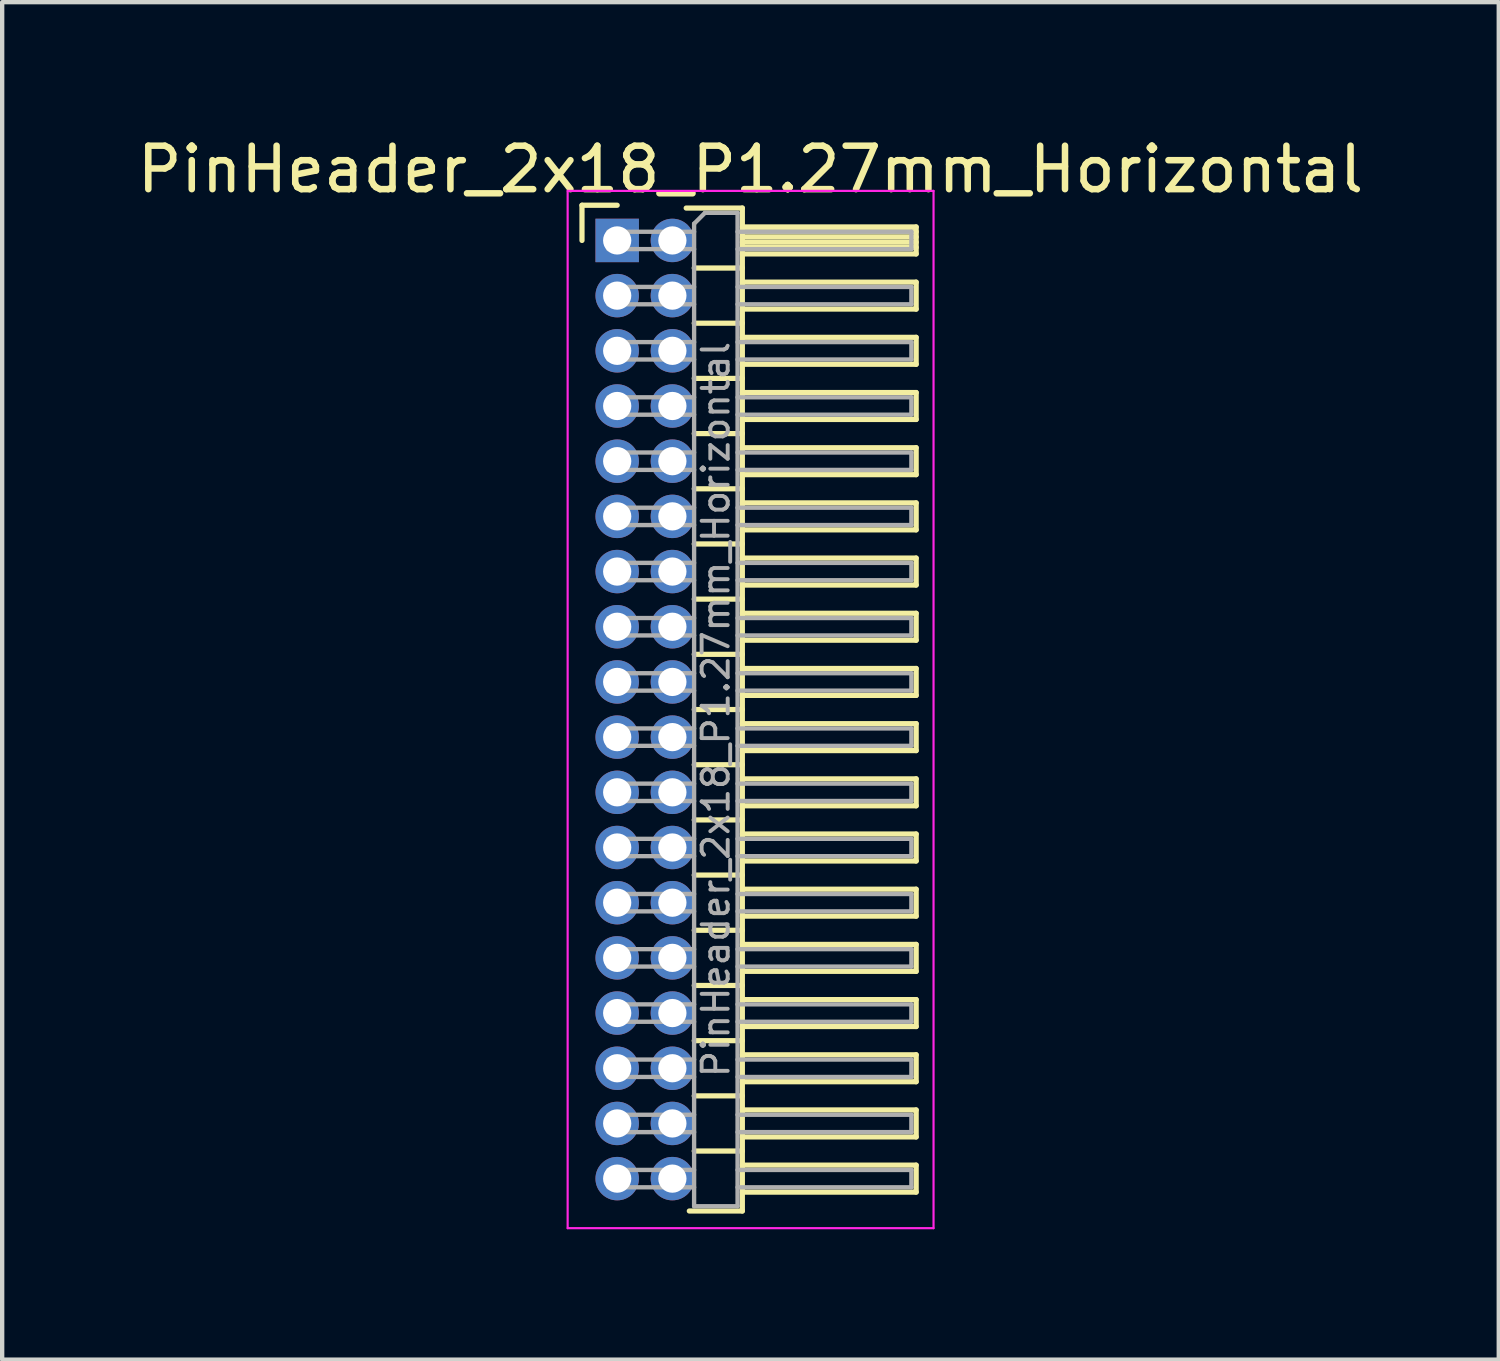
<source format=kicad_pcb>
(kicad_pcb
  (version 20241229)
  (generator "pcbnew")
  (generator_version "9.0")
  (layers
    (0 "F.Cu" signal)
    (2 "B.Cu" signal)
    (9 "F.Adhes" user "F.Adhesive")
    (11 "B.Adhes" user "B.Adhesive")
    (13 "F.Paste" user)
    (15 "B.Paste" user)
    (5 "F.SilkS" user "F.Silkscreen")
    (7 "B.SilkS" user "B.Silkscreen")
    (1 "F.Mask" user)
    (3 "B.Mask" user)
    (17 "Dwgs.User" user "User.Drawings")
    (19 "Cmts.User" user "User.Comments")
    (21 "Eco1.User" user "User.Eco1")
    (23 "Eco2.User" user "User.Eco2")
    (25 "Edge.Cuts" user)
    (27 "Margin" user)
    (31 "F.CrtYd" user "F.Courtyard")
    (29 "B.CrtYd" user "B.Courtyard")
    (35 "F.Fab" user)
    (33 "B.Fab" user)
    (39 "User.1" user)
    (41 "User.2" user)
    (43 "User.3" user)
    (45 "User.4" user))
  (footprint "PinHeader_2x18_P1.27mm_Horizontal"
    (layer "F.Cu")
    (at 11.153 2.483)
    (property "Reference" "PinHeader_2x18_P1.27mm_Horizontal" (at 3.067 -1.635 0) (layer "F.SilkS") (effects (font (size 1 1) (thickness 0.15))))
    (attr through_hole)
    (fp_line (start -0.81 -0.81) (end 0 -0.81) (stroke (width 0.12) (type solid)) (layer "F.SilkS"))
    (fp_line (start -0.81 0) (end -0.81 -0.81) (stroke (width 0.12) (type solid)) (layer "F.SilkS"))
    (fp_line (start 1.588 -0.745) (end 2.88 -0.745) (stroke (width 0.12) (type solid)) (layer "F.SilkS"))
    (fp_line (start 1.773 0.635) (end 2.88 0.635) (stroke (width 0.12) (type solid)) (layer "F.SilkS"))
    (fp_line (start 1.773 1.905) (end 2.88 1.905) (stroke (width 0.12) (type solid)) (layer "F.SilkS"))
    (fp_line (start 1.773 3.175) (end 2.88 3.175) (stroke (width 0.12) (type solid)) (layer "F.SilkS"))
    (fp_line (start 1.773 4.445) (end 2.88 4.445) (stroke (width 0.12) (type solid)) (layer "F.SilkS"))
    (fp_line (start 1.773 5.715) (end 2.88 5.715) (stroke (width 0.12) (type solid)) (layer "F.SilkS"))
    (fp_line (start 1.773 6.985) (end 2.88 6.985) (stroke (width 0.12) (type solid)) (layer "F.SilkS"))
    (fp_line (start 1.773 8.255) (end 2.88 8.255) (stroke (width 0.12) (type solid)) (layer "F.SilkS"))
    (fp_line (start 1.773 9.525) (end 2.88 9.525) (stroke (width 0.12) (type solid)) (layer "F.SilkS"))
    (fp_line (start 1.773 10.795) (end 2.88 10.795) (stroke (width 0.12) (type solid)) (layer "F.SilkS"))
    (fp_line (start 1.773 12.065) (end 2.88 12.065) (stroke (width 0.12) (type solid)) (layer "F.SilkS"))
    (fp_line (start 1.773 13.335) (end 2.88 13.335) (stroke (width 0.12) (type solid)) (layer "F.SilkS"))
    (fp_line (start 1.773 14.605) (end 2.88 14.605) (stroke (width 0.12) (type solid)) (layer "F.SilkS"))
    (fp_line (start 1.773 15.875) (end 2.88 15.875) (stroke (width 0.12) (type solid)) (layer "F.SilkS"))
    (fp_line (start 1.773 17.145) (end 2.88 17.145) (stroke (width 0.12) (type solid)) (layer "F.SilkS"))
    (fp_line (start 1.773 18.415) (end 2.88 18.415) (stroke (width 0.12) (type solid)) (layer "F.SilkS"))
    (fp_line (start 1.773 19.685) (end 2.88 19.685) (stroke (width 0.12) (type solid)) (layer "F.SilkS"))
    (fp_line (start 1.773 20.955) (end 2.88 20.955) (stroke (width 0.12) (type solid)) (layer "F.SilkS"))
    (fp_line (start 2.88 -0.745) (end 2.88 22.335) (stroke (width 0.12) (type solid)) (layer "F.SilkS"))
    (fp_line (start 2.88 -0.31) (end 6.88 -0.31) (stroke (width 0.12) (type solid)) (layer "F.SilkS"))
    (fp_line (start 2.88 -0.2) (end 6.88 -0.2) (stroke (width 0.12) (type solid)) (layer "F.SilkS"))
    (fp_line (start 2.88 -0.08) (end 6.88 -0.08) (stroke (width 0.12) (type solid)) (layer "F.SilkS"))
    (fp_line (start 2.88 0.04) (end 6.88 0.04) (stroke (width 0.12) (type solid)) (layer "F.SilkS"))
    (fp_line (start 2.88 0.16) (end 6.88 0.16) (stroke (width 0.12) (type solid)) (layer "F.SilkS"))
    (fp_line (start 2.88 0.96) (end 6.88 0.96) (stroke (width 0.12) (type solid)) (layer "F.SilkS"))
    (fp_line (start 2.88 2.23) (end 6.88 2.23) (stroke (width 0.12) (type solid)) (layer "F.SilkS"))
    (fp_line (start 2.88 3.5) (end 6.88 3.5) (stroke (width 0.12) (type solid)) (layer "F.SilkS"))
    (fp_line (start 2.88 4.77) (end 6.88 4.77) (stroke (width 0.12) (type solid)) (layer "F.SilkS"))
    (fp_line (start 2.88 6.04) (end 6.88 6.04) (stroke (width 0.12) (type solid)) (layer "F.SilkS"))
    (fp_line (start 2.88 7.31) (end 6.88 7.31) (stroke (width 0.12) (type solid)) (layer "F.SilkS"))
    (fp_line (start 2.88 8.58) (end 6.88 8.58) (stroke (width 0.12) (type solid)) (layer "F.SilkS"))
    (fp_line (start 2.88 9.85) (end 6.88 9.85) (stroke (width 0.12) (type solid)) (layer "F.SilkS"))
    (fp_line (start 2.88 11.12) (end 6.88 11.12) (stroke (width 0.12) (type solid)) (layer "F.SilkS"))
    (fp_line (start 2.88 12.39) (end 6.88 12.39) (stroke (width 0.12) (type solid)) (layer "F.SilkS"))
    (fp_line (start 2.88 13.66) (end 6.88 13.66) (stroke (width 0.12) (type solid)) (layer "F.SilkS"))
    (fp_line (start 2.88 14.93) (end 6.88 14.93) (stroke (width 0.12) (type solid)) (layer "F.SilkS"))
    (fp_line (start 2.88 16.2) (end 6.88 16.2) (stroke (width 0.12) (type solid)) (layer "F.SilkS"))
    (fp_line (start 2.88 17.47) (end 6.88 17.47) (stroke (width 0.12) (type solid)) (layer "F.SilkS"))
    (fp_line (start 2.88 18.74) (end 6.88 18.74) (stroke (width 0.12) (type solid)) (layer "F.SilkS"))
    (fp_line (start 2.88 20.01) (end 6.88 20.01) (stroke (width 0.12) (type solid)) (layer "F.SilkS"))
    (fp_line (start 2.88 21.28) (end 6.88 21.28) (stroke (width 0.12) (type solid)) (layer "F.SilkS"))
    (fp_line (start 2.88 22.335) (end 1.66 22.335) (stroke (width 0.12) (type solid)) (layer "F.SilkS"))
    (fp_line (start 6.88 -0.31) (end 6.88 0.31) (stroke (width 0.12) (type solid)) (layer "F.SilkS"))
    (fp_line (start 6.88 0.31) (end 2.88 0.31) (stroke (width 0.12) (type solid)) (layer "F.SilkS"))
    (fp_line (start 6.88 0.96) (end 6.88 1.58) (stroke (width 0.12) (type solid)) (layer "F.SilkS"))
    (fp_line (start 6.88 1.58) (end 2.88 1.58) (stroke (width 0.12) (type solid)) (layer "F.SilkS"))
    (fp_line (start 6.88 2.23) (end 6.88 2.85) (stroke (width 0.12) (type solid)) (layer "F.SilkS"))
    (fp_line (start 6.88 2.85) (end 2.88 2.85) (stroke (width 0.12) (type solid)) (layer "F.SilkS"))
    (fp_line (start 6.88 3.5) (end 6.88 4.12) (stroke (width 0.12) (type solid)) (layer "F.SilkS"))
    (fp_line (start 6.88 4.12) (end 2.88 4.12) (stroke (width 0.12) (type solid)) (layer "F.SilkS"))
    (fp_line (start 6.88 4.77) (end 6.88 5.39) (stroke (width 0.12) (type solid)) (layer "F.SilkS"))
    (fp_line (start 6.88 5.39) (end 2.88 5.39) (stroke (width 0.12) (type solid)) (layer "F.SilkS"))
    (fp_line (start 6.88 6.04) (end 6.88 6.66) (stroke (width 0.12) (type solid)) (layer "F.SilkS"))
    (fp_line (start 6.88 6.66) (end 2.88 6.66) (stroke (width 0.12) (type solid)) (layer "F.SilkS"))
    (fp_line (start 6.88 7.31) (end 6.88 7.93) (stroke (width 0.12) (type solid)) (layer "F.SilkS"))
    (fp_line (start 6.88 7.93) (end 2.88 7.93) (stroke (width 0.12) (type solid)) (layer "F.SilkS"))
    (fp_line (start 6.88 8.58) (end 6.88 9.2) (stroke (width 0.12) (type solid)) (layer "F.SilkS"))
    (fp_line (start 6.88 9.2) (end 2.88 9.2) (stroke (width 0.12) (type solid)) (layer "F.SilkS"))
    (fp_line (start 6.88 9.85) (end 6.88 10.47) (stroke (width 0.12) (type solid)) (layer "F.SilkS"))
    (fp_line (start 6.88 10.47) (end 2.88 10.47) (stroke (width 0.12) (type solid)) (layer "F.SilkS"))
    (fp_line (start 6.88 11.12) (end 6.88 11.74) (stroke (width 0.12) (type solid)) (layer "F.SilkS"))
    (fp_line (start 6.88 11.74) (end 2.88 11.74) (stroke (width 0.12) (type solid)) (layer "F.SilkS"))
    (fp_line (start 6.88 12.39) (end 6.88 13.01) (stroke (width 0.12) (type solid)) (layer "F.SilkS"))
    (fp_line (start 6.88 13.01) (end 2.88 13.01) (stroke (width 0.12) (type solid)) (layer "F.SilkS"))
    (fp_line (start 6.88 13.66) (end 6.88 14.28) (stroke (width 0.12) (type solid)) (layer "F.SilkS"))
    (fp_line (start 6.88 14.28) (end 2.88 14.28) (stroke (width 0.12) (type solid)) (layer "F.SilkS"))
    (fp_line (start 6.88 14.93) (end 6.88 15.55) (stroke (width 0.12) (type solid)) (layer "F.SilkS"))
    (fp_line (start 6.88 15.55) (end 2.88 15.55) (stroke (width 0.12) (type solid)) (layer "F.SilkS"))
    (fp_line (start 6.88 16.2) (end 6.88 16.82) (stroke (width 0.12) (type solid)) (layer "F.SilkS"))
    (fp_line (start 6.88 16.82) (end 2.88 16.82) (stroke (width 0.12) (type solid)) (layer "F.SilkS"))
    (fp_line (start 6.88 17.47) (end 6.88 18.09) (stroke (width 0.12) (type solid)) (layer "F.SilkS"))
    (fp_line (start 6.88 18.09) (end 2.88 18.09) (stroke (width 0.12) (type solid)) (layer "F.SilkS"))
    (fp_line (start 6.88 18.74) (end 6.88 19.36) (stroke (width 0.12) (type solid)) (layer "F.SilkS"))
    (fp_line (start 6.88 19.36) (end 2.88 19.36) (stroke (width 0.12) (type solid)) (layer "F.SilkS"))
    (fp_line (start 6.88 20.01) (end 6.88 20.63) (stroke (width 0.12) (type solid)) (layer "F.SilkS"))
    (fp_line (start 6.88 20.63) (end 2.88 20.63) (stroke (width 0.12) (type solid)) (layer "F.SilkS"))
    (fp_line (start 6.88 21.28) (end 6.88 21.9) (stroke (width 0.12) (type solid)) (layer "F.SilkS"))
    (fp_line (start 6.88 21.9) (end 2.88 21.9) (stroke (width 0.12) (type solid)) (layer "F.SilkS"))
    (fp_line (start -1.14 -1.14) (end -1.14 22.73) (stroke (width 0.05) (type solid)) (layer "F.CrtYd"))
    (fp_line (start -1.14 22.73) (end 7.28 22.73) (stroke (width 0.05) (type solid)) (layer "F.CrtYd"))
    (fp_line (start 7.28 -1.14) (end -1.14 -1.14) (stroke (width 0.05) (type solid)) (layer "F.CrtYd"))
    (fp_line (start 7.28 22.73) (end 7.28 -1.14) (stroke (width 0.05) (type solid)) (layer "F.CrtYd"))
    (fp_line (start -0.2 -0.2) (end -0.2 0.2) (stroke (width 0.1) (type solid)) (layer "F.Fab"))
    (fp_line (start -0.2 -0.2) (end 1.77 -0.2) (stroke (width 0.1) (type solid)) (layer "F.Fab"))
    (fp_line (start -0.2 0.2) (end 1.77 0.2) (stroke (width 0.1) (type solid)) (layer "F.Fab"))
    (fp_line (start -0.2 1.07) (end -0.2 1.47) (stroke (width 0.1) (type solid)) (layer "F.Fab"))
    (fp_line (start -0.2 1.07) (end 1.77 1.07) (stroke (width 0.1) (type solid)) (layer "F.Fab"))
    (fp_line (start -0.2 1.47) (end 1.77 1.47) (stroke (width 0.1) (type solid)) (layer "F.Fab"))
    (fp_line (start -0.2 2.34) (end -0.2 2.74) (stroke (width 0.1) (type solid)) (layer "F.Fab"))
    (fp_line (start -0.2 2.34) (end 1.77 2.34) (stroke (width 0.1) (type solid)) (layer "F.Fab"))
    (fp_line (start -0.2 2.74) (end 1.77 2.74) (stroke (width 0.1) (type solid)) (layer "F.Fab"))
    (fp_line (start -0.2 3.61) (end -0.2 4.01) (stroke (width 0.1) (type solid)) (layer "F.Fab"))
    (fp_line (start -0.2 3.61) (end 1.77 3.61) (stroke (width 0.1) (type solid)) (layer "F.Fab"))
    (fp_line (start -0.2 4.01) (end 1.77 4.01) (stroke (width 0.1) (type solid)) (layer "F.Fab"))
    (fp_line (start -0.2 4.88) (end -0.2 5.28) (stroke (width 0.1) (type solid)) (layer "F.Fab"))
    (fp_line (start -0.2 4.88) (end 1.77 4.88) (stroke (width 0.1) (type solid)) (layer "F.Fab"))
    (fp_line (start -0.2 5.28) (end 1.77 5.28) (stroke (width 0.1) (type solid)) (layer "F.Fab"))
    (fp_line (start -0.2 6.15) (end -0.2 6.55) (stroke (width 0.1) (type solid)) (layer "F.Fab"))
    (fp_line (start -0.2 6.15) (end 1.77 6.15) (stroke (width 0.1) (type solid)) (layer "F.Fab"))
    (fp_line (start -0.2 6.55) (end 1.77 6.55) (stroke (width 0.1) (type solid)) (layer "F.Fab"))
    (fp_line (start -0.2 7.42) (end -0.2 7.82) (stroke (width 0.1) (type solid)) (layer "F.Fab"))
    (fp_line (start -0.2 7.42) (end 1.77 7.42) (stroke (width 0.1) (type solid)) (layer "F.Fab"))
    (fp_line (start -0.2 7.82) (end 1.77 7.82) (stroke (width 0.1) (type solid)) (layer "F.Fab"))
    (fp_line (start -0.2 8.69) (end -0.2 9.09) (stroke (width 0.1) (type solid)) (layer "F.Fab"))
    (fp_line (start -0.2 8.69) (end 1.77 8.69) (stroke (width 0.1) (type solid)) (layer "F.Fab"))
    (fp_line (start -0.2 9.09) (end 1.77 9.09) (stroke (width 0.1) (type solid)) (layer "F.Fab"))
    (fp_line (start -0.2 9.96) (end -0.2 10.36) (stroke (width 0.1) (type solid)) (layer "F.Fab"))
    (fp_line (start -0.2 9.96) (end 1.77 9.96) (stroke (width 0.1) (type solid)) (layer "F.Fab"))
    (fp_line (start -0.2 10.36) (end 1.77 10.36) (stroke (width 0.1) (type solid)) (layer "F.Fab"))
    (fp_line (start -0.2 11.23) (end -0.2 11.63) (stroke (width 0.1) (type solid)) (layer "F.Fab"))
    (fp_line (start -0.2 11.23) (end 1.77 11.23) (stroke (width 0.1) (type solid)) (layer "F.Fab"))
    (fp_line (start -0.2 11.63) (end 1.77 11.63) (stroke (width 0.1) (type solid)) (layer "F.Fab"))
    (fp_line (start -0.2 12.5) (end -0.2 12.9) (stroke (width 0.1) (type solid)) (layer "F.Fab"))
    (fp_line (start -0.2 12.5) (end 1.77 12.5) (stroke (width 0.1) (type solid)) (layer "F.Fab"))
    (fp_line (start -0.2 12.9) (end 1.77 12.9) (stroke (width 0.1) (type solid)) (layer "F.Fab"))
    (fp_line (start -0.2 13.77) (end -0.2 14.17) (stroke (width 0.1) (type solid)) (layer "F.Fab"))
    (fp_line (start -0.2 13.77) (end 1.77 13.77) (stroke (width 0.1) (type solid)) (layer "F.Fab"))
    (fp_line (start -0.2 14.17) (end 1.77 14.17) (stroke (width 0.1) (type solid)) (layer "F.Fab"))
    (fp_line (start -0.2 15.04) (end -0.2 15.44) (stroke (width 0.1) (type solid)) (layer "F.Fab"))
    (fp_line (start -0.2 15.04) (end 1.77 15.04) (stroke (width 0.1) (type solid)) (layer "F.Fab"))
    (fp_line (start -0.2 15.44) (end 1.77 15.44) (stroke (width 0.1) (type solid)) (layer "F.Fab"))
    (fp_line (start -0.2 16.31) (end -0.2 16.71) (stroke (width 0.1) (type solid)) (layer "F.Fab"))
    (fp_line (start -0.2 16.31) (end 1.77 16.31) (stroke (width 0.1) (type solid)) (layer "F.Fab"))
    (fp_line (start -0.2 16.71) (end 1.77 16.71) (stroke (width 0.1) (type solid)) (layer "F.Fab"))
    (fp_line (start -0.2 17.58) (end -0.2 17.98) (stroke (width 0.1) (type solid)) (layer "F.Fab"))
    (fp_line (start -0.2 17.58) (end 1.77 17.58) (stroke (width 0.1) (type solid)) (layer "F.Fab"))
    (fp_line (start -0.2 17.98) (end 1.77 17.98) (stroke (width 0.1) (type solid)) (layer "F.Fab"))
    (fp_line (start -0.2 18.85) (end -0.2 19.25) (stroke (width 0.1) (type solid)) (layer "F.Fab"))
    (fp_line (start -0.2 18.85) (end 1.77 18.85) (stroke (width 0.1) (type solid)) (layer "F.Fab"))
    (fp_line (start -0.2 19.25) (end 1.77 19.25) (stroke (width 0.1) (type solid)) (layer "F.Fab"))
    (fp_line (start -0.2 20.12) (end -0.2 20.52) (stroke (width 0.1) (type solid)) (layer "F.Fab"))
    (fp_line (start -0.2 20.12) (end 1.77 20.12) (stroke (width 0.1) (type solid)) (layer "F.Fab"))
    (fp_line (start -0.2 20.52) (end 1.77 20.52) (stroke (width 0.1) (type solid)) (layer "F.Fab"))
    (fp_line (start -0.2 21.39) (end -0.2 21.79) (stroke (width 0.1) (type solid)) (layer "F.Fab"))
    (fp_line (start -0.2 21.39) (end 1.77 21.39) (stroke (width 0.1) (type solid)) (layer "F.Fab"))
    (fp_line (start -0.2 21.79) (end 1.77 21.79) (stroke (width 0.1) (type solid)) (layer "F.Fab"))
    (fp_line (start 1.77 -0.385) (end 2.02 -0.635) (stroke (width 0.1) (type solid)) (layer "F.Fab"))
    (fp_line (start 1.77 22.225) (end 1.77 -0.385) (stroke (width 0.1) (type solid)) (layer "F.Fab"))
    (fp_line (start 2.02 -0.635) (end 2.77 -0.635) (stroke (width 0.1) (type solid)) (layer "F.Fab"))
    (fp_line (start 2.77 -0.635) (end 2.77 22.225) (stroke (width 0.1) (type solid)) (layer "F.Fab"))
    (fp_line (start 2.77 -0.2) (end 6.77 -0.2) (stroke (width 0.1) (type solid)) (layer "F.Fab"))
    (fp_line (start 2.77 0.2) (end 6.77 0.2) (stroke (width 0.1) (type solid)) (layer "F.Fab"))
    (fp_line (start 2.77 1.07) (end 6.77 1.07) (stroke (width 0.1) (type solid)) (layer "F.Fab"))
    (fp_line (start 2.77 1.47) (end 6.77 1.47) (stroke (width 0.1) (type solid)) (layer "F.Fab"))
    (fp_line (start 2.77 2.34) (end 6.77 2.34) (stroke (width 0.1) (type solid)) (layer "F.Fab"))
    (fp_line (start 2.77 2.74) (end 6.77 2.74) (stroke (width 0.1) (type solid)) (layer "F.Fab"))
    (fp_line (start 2.77 3.61) (end 6.77 3.61) (stroke (width 0.1) (type solid)) (layer "F.Fab"))
    (fp_line (start 2.77 4.01) (end 6.77 4.01) (stroke (width 0.1) (type solid)) (layer "F.Fab"))
    (fp_line (start 2.77 4.88) (end 6.77 4.88) (stroke (width 0.1) (type solid)) (layer "F.Fab"))
    (fp_line (start 2.77 5.28) (end 6.77 5.28) (stroke (width 0.1) (type solid)) (layer "F.Fab"))
    (fp_line (start 2.77 6.15) (end 6.77 6.15) (stroke (width 0.1) (type solid)) (layer "F.Fab"))
    (fp_line (start 2.77 6.55) (end 6.77 6.55) (stroke (width 0.1) (type solid)) (layer "F.Fab"))
    (fp_line (start 2.77 7.42) (end 6.77 7.42) (stroke (width 0.1) (type solid)) (layer "F.Fab"))
    (fp_line (start 2.77 7.82) (end 6.77 7.82) (stroke (width 0.1) (type solid)) (layer "F.Fab"))
    (fp_line (start 2.77 8.69) (end 6.77 8.69) (stroke (width 0.1) (type solid)) (layer "F.Fab"))
    (fp_line (start 2.77 9.09) (end 6.77 9.09) (stroke (width 0.1) (type solid)) (layer "F.Fab"))
    (fp_line (start 2.77 9.96) (end 6.77 9.96) (stroke (width 0.1) (type solid)) (layer "F.Fab"))
    (fp_line (start 2.77 10.36) (end 6.77 10.36) (stroke (width 0.1) (type solid)) (layer "F.Fab"))
    (fp_line (start 2.77 11.23) (end 6.77 11.23) (stroke (width 0.1) (type solid)) (layer "F.Fab"))
    (fp_line (start 2.77 11.63) (end 6.77 11.63) (stroke (width 0.1) (type solid)) (layer "F.Fab"))
    (fp_line (start 2.77 12.5) (end 6.77 12.5) (stroke (width 0.1) (type solid)) (layer "F.Fab"))
    (fp_line (start 2.77 12.9) (end 6.77 12.9) (stroke (width 0.1) (type solid)) (layer "F.Fab"))
    (fp_line (start 2.77 13.77) (end 6.77 13.77) (stroke (width 0.1) (type solid)) (layer "F.Fab"))
    (fp_line (start 2.77 14.17) (end 6.77 14.17) (stroke (width 0.1) (type solid)) (layer "F.Fab"))
    (fp_line (start 2.77 15.04) (end 6.77 15.04) (stroke (width 0.1) (type solid)) (layer "F.Fab"))
    (fp_line (start 2.77 15.44) (end 6.77 15.44) (stroke (width 0.1) (type solid)) (layer "F.Fab"))
    (fp_line (start 2.77 16.31) (end 6.77 16.31) (stroke (width 0.1) (type solid)) (layer "F.Fab"))
    (fp_line (start 2.77 16.71) (end 6.77 16.71) (stroke (width 0.1) (type solid)) (layer "F.Fab"))
    (fp_line (start 2.77 17.58) (end 6.77 17.58) (stroke (width 0.1) (type solid)) (layer "F.Fab"))
    (fp_line (start 2.77 17.98) (end 6.77 17.98) (stroke (width 0.1) (type solid)) (layer "F.Fab"))
    (fp_line (start 2.77 18.85) (end 6.77 18.85) (stroke (width 0.1) (type solid)) (layer "F.Fab"))
    (fp_line (start 2.77 19.25) (end 6.77 19.25) (stroke (width 0.1) (type solid)) (layer "F.Fab"))
    (fp_line (start 2.77 20.12) (end 6.77 20.12) (stroke (width 0.1) (type solid)) (layer "F.Fab"))
    (fp_line (start 2.77 20.52) (end 6.77 20.52) (stroke (width 0.1) (type solid)) (layer "F.Fab"))
    (fp_line (start 2.77 21.39) (end 6.77 21.39) (stroke (width 0.1) (type solid)) (layer "F.Fab"))
    (fp_line (start 2.77 21.79) (end 6.77 21.79) (stroke (width 0.1) (type solid)) (layer "F.Fab"))
    (fp_line (start 2.77 22.225) (end 1.77 22.225) (stroke (width 0.1) (type solid)) (layer "F.Fab"))
    (fp_line (start 6.77 -0.2) (end 6.77 0.2) (stroke (width 0.1) (type solid)) (layer "F.Fab"))
    (fp_line (start 6.77 1.07) (end 6.77 1.47) (stroke (width 0.1) (type solid)) (layer "F.Fab"))
    (fp_line (start 6.77 2.34) (end 6.77 2.74) (stroke (width 0.1) (type solid)) (layer "F.Fab"))
    (fp_line (start 6.77 3.61) (end 6.77 4.01) (stroke (width 0.1) (type solid)) (layer "F.Fab"))
    (fp_line (start 6.77 4.88) (end 6.77 5.28) (stroke (width 0.1) (type solid)) (layer "F.Fab"))
    (fp_line (start 6.77 6.15) (end 6.77 6.55) (stroke (width 0.1) (type solid)) (layer "F.Fab"))
    (fp_line (start 6.77 7.42) (end 6.77 7.82) (stroke (width 0.1) (type solid)) (layer "F.Fab"))
    (fp_line (start 6.77 8.69) (end 6.77 9.09) (stroke (width 0.1) (type solid)) (layer "F.Fab"))
    (fp_line (start 6.77 9.96) (end 6.77 10.36) (stroke (width 0.1) (type solid)) (layer "F.Fab"))
    (fp_line (start 6.77 11.23) (end 6.77 11.63) (stroke (width 0.1) (type solid)) (layer "F.Fab"))
    (fp_line (start 6.77 12.5) (end 6.77 12.9) (stroke (width 0.1) (type solid)) (layer "F.Fab"))
    (fp_line (start 6.77 13.77) (end 6.77 14.17) (stroke (width 0.1) (type solid)) (layer "F.Fab"))
    (fp_line (start 6.77 15.04) (end 6.77 15.44) (stroke (width 0.1) (type solid)) (layer "F.Fab"))
    (fp_line (start 6.77 16.31) (end 6.77 16.71) (stroke (width 0.1) (type solid)) (layer "F.Fab"))
    (fp_line (start 6.77 17.58) (end 6.77 17.98) (stroke (width 0.1) (type solid)) (layer "F.Fab"))
    (fp_line (start 6.77 18.85) (end 6.77 19.25) (stroke (width 0.1) (type solid)) (layer "F.Fab"))
    (fp_line (start 6.77 20.12) (end 6.77 20.52) (stroke (width 0.1) (type solid)) (layer "F.Fab"))
    (fp_line (start 6.77 21.39) (end 6.77 21.79) (stroke (width 0.1) (type solid)) (layer "F.Fab"))
    (fp_text user "${REFERENCE}" (at 2.27 10.795 90) (layer "F.Fab") (effects (font (size 0.6 0.6) (thickness 0.09))))
    (pad "1" thru_hole rect (at 0 0) (size 1 1) (drill 0.65) (layers "*.Cu" "*.Mask"))
    (pad "2" thru_hole circle (at 1.27 0) (size 1 1) (drill 0.65) (layers "*.Cu" "*.Mask"))
    (pad "3" thru_hole circle (at 0 1.27) (size 1 1) (drill 0.65) (layers "*.Cu" "*.Mask"))
    (pad "4" thru_hole circle (at 1.27 1.27) (size 1 1) (drill 0.65) (layers "*.Cu" "*.Mask"))
    (pad "5" thru_hole circle (at 0 2.54) (size 1 1) (drill 0.65) (layers "*.Cu" "*.Mask"))
    (pad "6" thru_hole circle (at 1.27 2.54) (size 1 1) (drill 0.65) (layers "*.Cu" "*.Mask"))
    (pad "7" thru_hole circle (at 0 3.81) (size 1 1) (drill 0.65) (layers "*.Cu" "*.Mask"))
    (pad "8" thru_hole circle (at 1.27 3.81) (size 1 1) (drill 0.65) (layers "*.Cu" "*.Mask"))
    (pad "9" thru_hole circle (at 0 5.08) (size 1 1) (drill 0.65) (layers "*.Cu" "*.Mask"))
    (pad "10" thru_hole circle (at 1.27 5.08) (size 1 1) (drill 0.65) (layers "*.Cu" "*.Mask"))
    (pad "11" thru_hole circle (at 0 6.35) (size 1 1) (drill 0.65) (layers "*.Cu" "*.Mask"))
    (pad "12" thru_hole circle (at 1.27 6.35) (size 1 1) (drill 0.65) (layers "*.Cu" "*.Mask"))
    (pad "13" thru_hole circle (at 0 7.62) (size 1 1) (drill 0.65) (layers "*.Cu" "*.Mask"))
    (pad "14" thru_hole circle (at 1.27 7.62) (size 1 1) (drill 0.65) (layers "*.Cu" "*.Mask"))
    (pad "15" thru_hole circle (at 0 8.89) (size 1 1) (drill 0.65) (layers "*.Cu" "*.Mask"))
    (pad "16" thru_hole circle (at 1.27 8.89) (size 1 1) (drill 0.65) (layers "*.Cu" "*.Mask"))
    (pad "17" thru_hole circle (at 0 10.16) (size 1 1) (drill 0.65) (layers "*.Cu" "*.Mask"))
    (pad "18" thru_hole circle (at 1.27 10.16) (size 1 1) (drill 0.65) (layers "*.Cu" "*.Mask"))
    (pad "19" thru_hole circle (at 0 11.43) (size 1 1) (drill 0.65) (layers "*.Cu" "*.Mask"))
    (pad "20" thru_hole circle (at 1.27 11.43) (size 1 1) (drill 0.65) (layers "*.Cu" "*.Mask"))
    (pad "21" thru_hole circle (at 0 12.7) (size 1 1) (drill 0.65) (layers "*.Cu" "*.Mask"))
    (pad "22" thru_hole circle (at 1.27 12.7) (size 1 1) (drill 0.65) (layers "*.Cu" "*.Mask"))
    (pad "23" thru_hole circle (at 0 13.97) (size 1 1) (drill 0.65) (layers "*.Cu" "*.Mask"))
    (pad "24" thru_hole circle (at 1.27 13.97) (size 1 1) (drill 0.65) (layers "*.Cu" "*.Mask"))
    (pad "25" thru_hole circle (at 0 15.24) (size 1 1) (drill 0.65) (layers "*.Cu" "*.Mask"))
    (pad "26" thru_hole circle (at 1.27 15.24) (size 1 1) (drill 0.65) (layers "*.Cu" "*.Mask"))
    (pad "27" thru_hole circle (at 0 16.51) (size 1 1) (drill 0.65) (layers "*.Cu" "*.Mask"))
    (pad "28" thru_hole circle (at 1.27 16.51) (size 1 1) (drill 0.65) (layers "*.Cu" "*.Mask"))
    (pad "29" thru_hole circle (at 0 17.78) (size 1 1) (drill 0.65) (layers "*.Cu" "*.Mask"))
    (pad "30" thru_hole circle (at 1.27 17.78) (size 1 1) (drill 0.65) (layers "*.Cu" "*.Mask"))
    (pad "31" thru_hole circle (at 0 19.05) (size 1 1) (drill 0.65) (layers "*.Cu" "*.Mask"))
    (pad "32" thru_hole circle (at 1.27 19.05) (size 1 1) (drill 0.65) (layers "*.Cu" "*.Mask"))
    (pad "33" thru_hole circle (at 0 20.32) (size 1 1) (drill 0.65) (layers "*.Cu" "*.Mask"))
    (pad "34" thru_hole circle (at 1.27 20.32) (size 1 1) (drill 0.65) (layers "*.Cu" "*.Mask"))
    (pad "35" thru_hole circle (at 0 21.59) (size 1 1) (drill 0.65) (layers "*.Cu" "*.Mask"))
    (pad "36" thru_hole circle (at 1.27 21.59) (size 1 1) (drill 0.65) (layers "*.Cu" "*.Mask")))
  (gr_rect
    (start -3 -3)
    (end 31.44 28.238)
    (stroke (width 0.1) (type default))
    (fill no)
    (layer "Edge.Cuts")))
</source>
